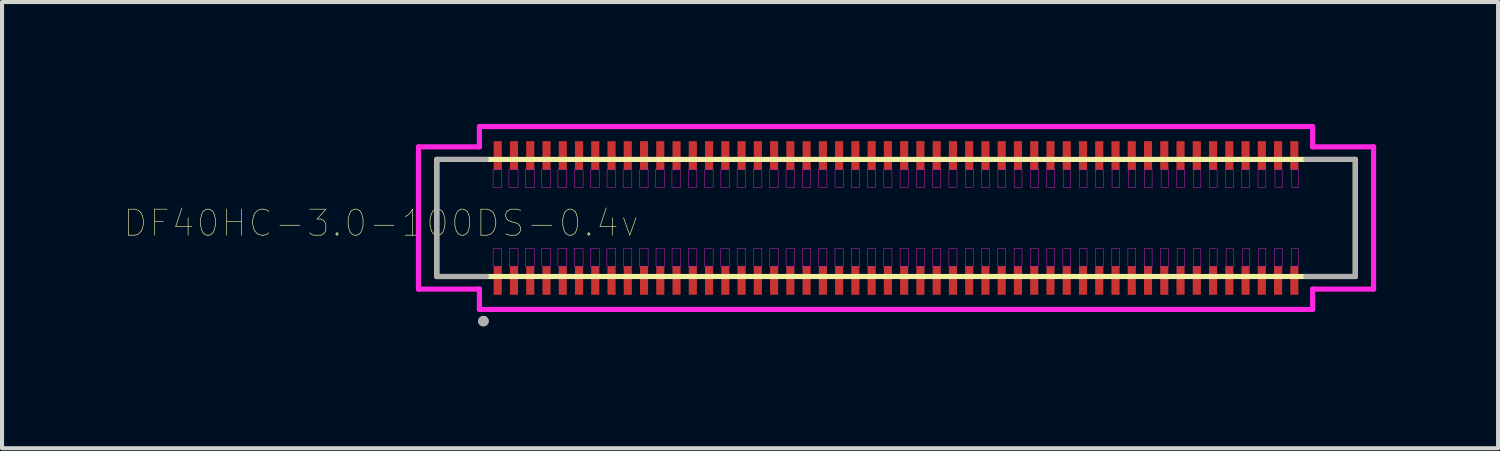
<source format=kicad_pcb>
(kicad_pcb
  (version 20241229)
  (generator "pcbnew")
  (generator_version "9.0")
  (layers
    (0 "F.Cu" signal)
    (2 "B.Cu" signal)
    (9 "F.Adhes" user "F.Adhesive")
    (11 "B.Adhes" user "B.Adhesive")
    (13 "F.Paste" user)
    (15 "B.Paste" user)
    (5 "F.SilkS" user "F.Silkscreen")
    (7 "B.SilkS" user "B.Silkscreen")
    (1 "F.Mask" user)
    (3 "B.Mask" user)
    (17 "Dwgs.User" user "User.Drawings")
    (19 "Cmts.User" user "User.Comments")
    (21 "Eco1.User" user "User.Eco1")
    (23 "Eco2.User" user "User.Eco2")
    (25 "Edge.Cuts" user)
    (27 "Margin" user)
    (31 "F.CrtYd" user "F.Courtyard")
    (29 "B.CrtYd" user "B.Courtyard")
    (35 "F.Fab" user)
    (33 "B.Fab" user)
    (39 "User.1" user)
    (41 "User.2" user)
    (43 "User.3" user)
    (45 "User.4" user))
  (footprint "DF40HC-3.0-100DS-0.4v"
    (layer "F.Cu")
    (at 18.996 2.313)
    (property "Reference" "DF40HC-3.0-100DS-0.4v" (at -12.671 0.128 180) (layer "F.SilkS") (effects (font (size 0.641 0.641) (thickness 0.015))))
    (attr through_hole)
    (fp_line (start -11.3 -1.44) (end 11.3 -1.44) (stroke (width 0.127) (type solid)) (layer "F.SilkS"))
    (fp_line (start -11.3 1.44) (end -11.3 -1.44) (stroke (width 0.127) (type solid)) (layer "F.SilkS"))
    (fp_line (start -10.149 2.535) (end -10.149 2.54) (stroke (width 0.25) (type solid)) (layer "F.SilkS"))
    (fp_line (start 11.3 -1.44) (end 11.3 1.44) (stroke (width 0.127) (type solid)) (layer "F.SilkS"))
    (fp_line (start 11.3 1.44) (end -11.3 1.44) (stroke (width 0.127) (type solid)) (layer "F.SilkS"))
    (fp_line (start -11.75 -1.75) (end -11.75 1.75) (stroke (width 0.127) (type solid)) (layer "F.CrtYd"))
    (fp_line (start -11.75 1.75) (end -10.25 1.75) (stroke (width 0.127) (type solid)) (layer "F.CrtYd"))
    (fp_line (start -10.25 -2.25) (end -10.25 -1.75) (stroke (width 0.127) (type solid)) (layer "F.CrtYd"))
    (fp_line (start -10.25 -1.75) (end -11.75 -1.75) (stroke (width 0.127) (type solid)) (layer "F.CrtYd"))
    (fp_line (start -10.25 1.75) (end -10.25 2.25) (stroke (width 0.127) (type solid)) (layer "F.CrtYd"))
    (fp_line (start -10.25 2.25) (end 10.25 2.25) (stroke (width 0.127) (type solid)) (layer "F.CrtYd"))
    (fp_line (start 10.25 -2.25) (end -10.25 -2.25) (stroke (width 0.127) (type solid)) (layer "F.CrtYd"))
    (fp_line (start 10.25 -1.75) (end 10.25 -2.25) (stroke (width 0.127) (type solid)) (layer "F.CrtYd"))
    (fp_line (start 10.25 1.75) (end 11.75 1.75) (stroke (width 0.127) (type solid)) (layer "F.CrtYd"))
    (fp_line (start 10.25 2.25) (end 10.25 1.75) (stroke (width 0.127) (type solid)) (layer "F.CrtYd"))
    (fp_line (start 11.75 -1.75) (end 10.25 -1.75) (stroke (width 0.127) (type solid)) (layer "F.CrtYd"))
    (fp_line (start 11.75 1.75) (end 11.75 -1.75) (stroke (width 0.127) (type solid)) (layer "F.CrtYd"))
    (fp_poly (pts (xy -9.914 -1.19) (xy -9.7 -1.19) (xy -9.7 -0.751) (xy -9.914 -0.751)) (stroke (width 0.01) (type solid)) (fill no) (layer "F.CrtYd"))
    (fp_poly (pts (xy -9.914 0.75) (xy -9.7 0.75) (xy -9.7 1.192) (xy -9.914 1.192)) (stroke (width 0.01) (type solid)) (fill no) (layer "F.CrtYd"))
    (fp_poly (pts (xy -9.525 -1.19) (xy -9.3 -1.19) (xy -9.3 -0.752) (xy -9.525 -0.752)) (stroke (width 0.01) (type solid)) (fill no) (layer "F.CrtYd"))
    (fp_poly (pts (xy -9.514 0.75) (xy -9.3 0.75) (xy -9.3 1.192) (xy -9.514 1.192)) (stroke (width 0.01) (type solid)) (fill no) (layer "F.CrtYd"))
    (fp_poly (pts (xy -9.124 -1.19) (xy -8.9 -1.19) (xy -8.9 -0.752) (xy -9.124 -0.752)) (stroke (width 0.01) (type solid)) (fill no) (layer "F.CrtYd"))
    (fp_poly (pts (xy -9.122 0.75) (xy -8.9 0.75) (xy -8.9 1.193) (xy -9.122 1.193)) (stroke (width 0.01) (type solid)) (fill no) (layer "F.CrtYd"))
    (fp_poly (pts (xy -8.719 -1.19) (xy -8.5 -1.19) (xy -8.5 -0.752) (xy -8.719 -0.752)) (stroke (width 0.01) (type solid)) (fill no) (layer "F.CrtYd"))
    (fp_poly (pts (xy -8.715 0.75) (xy -8.5 0.75) (xy -8.5 1.192) (xy -8.715 1.192)) (stroke (width 0.01) (type solid)) (fill no) (layer "F.CrtYd"))
    (fp_poly (pts (xy -8.319 0.75) (xy -8.1 0.75) (xy -8.1 1.193) (xy -8.319 1.193)) (stroke (width 0.01) (type solid)) (fill no) (layer "F.CrtYd"))
    (fp_poly (pts (xy -8.318 -1.19) (xy -8.1 -1.19) (xy -8.1 -0.752) (xy -8.318 -0.752)) (stroke (width 0.01) (type solid)) (fill no) (layer "F.CrtYd"))
    (fp_poly (pts (xy -7.919 0.75) (xy -7.7 0.75) (xy -7.7 1.193) (xy -7.919 1.193)) (stroke (width 0.01) (type solid)) (fill no) (layer "F.CrtYd"))
    (fp_poly (pts (xy -7.912 -1.19) (xy -7.7 -1.19) (xy -7.7 -0.751) (xy -7.912 -0.751)) (stroke (width 0.01) (type solid)) (fill no) (layer "F.CrtYd"))
    (fp_poly (pts (xy -7.517 0.75) (xy -7.3 0.75) (xy -7.3 1.193) (xy -7.517 1.193)) (stroke (width 0.01) (type solid)) (fill no) (layer "F.CrtYd"))
    (fp_poly (pts (xy -7.512 -1.19) (xy -7.3 -1.19) (xy -7.3 -0.751) (xy -7.512 -0.751)) (stroke (width 0.01) (type solid)) (fill no) (layer "F.CrtYd"))
    (fp_poly (pts (xy -7.114 0.75) (xy -6.9 0.75) (xy -6.9 1.192) (xy -7.114 1.192)) (stroke (width 0.01) (type solid)) (fill no) (layer "F.CrtYd"))
    (fp_poly (pts (xy -7.11 -1.19) (xy -6.9 -1.19) (xy -6.9 -0.751) (xy -7.11 -0.751)) (stroke (width 0.01) (type solid)) (fill no) (layer "F.CrtYd"))
    (fp_poly (pts (xy -6.715 -1.19) (xy -6.5 -1.19) (xy -6.5 -0.752) (xy -6.715 -0.752)) (stroke (width 0.01) (type solid)) (fill no) (layer "F.CrtYd"))
    (fp_poly (pts (xy -6.706 0.75) (xy -6.5 0.75) (xy -6.5 1.191) (xy -6.706 1.191)) (stroke (width 0.01) (type solid)) (fill no) (layer "F.CrtYd"))
    (fp_poly (pts (xy -6.319 0.75) (xy -6.1 0.75) (xy -6.1 1.194) (xy -6.319 1.194)) (stroke (width 0.01) (type solid)) (fill no) (layer "F.CrtYd"))
    (fp_poly (pts (xy -6.31 -1.19) (xy -6.1 -1.19) (xy -6.1 -0.751) (xy -6.31 -0.751)) (stroke (width 0.01) (type solid)) (fill no) (layer "F.CrtYd"))
    (fp_poly (pts (xy -5.918 -1.19) (xy -5.7 -1.19) (xy -5.7 -0.752) (xy -5.918 -0.752)) (stroke (width 0.01) (type solid)) (fill no) (layer "F.CrtYd"))
    (fp_poly (pts (xy -5.905 0.75) (xy -5.7 0.75) (xy -5.7 1.191) (xy -5.905 1.191)) (stroke (width 0.01) (type solid)) (fill no) (layer "F.CrtYd"))
    (fp_poly (pts (xy -5.513 -1.19) (xy -5.3 -1.19) (xy -5.3 -0.752) (xy -5.513 -0.752)) (stroke (width 0.01) (type solid)) (fill no) (layer "F.CrtYd"))
    (fp_poly (pts (xy -5.511 0.75) (xy -5.3 0.75) (xy -5.3 1.192) (xy -5.511 1.192)) (stroke (width 0.01) (type solid)) (fill no) (layer "F.CrtYd"))
    (fp_poly (pts (xy -5.11 0.75) (xy -4.9 0.75) (xy -4.9 1.192) (xy -5.11 1.192)) (stroke (width 0.01) (type solid)) (fill no) (layer "F.CrtYd"))
    (fp_poly (pts (xy -5.105 -1.19) (xy -4.9 -1.19) (xy -4.9 -0.751) (xy -5.105 -0.751)) (stroke (width 0.01) (type solid)) (fill no) (layer "F.CrtYd"))
    (fp_poly (pts (xy -4.709 0.75) (xy -4.5 0.75) (xy -4.5 1.192) (xy -4.709 1.192)) (stroke (width 0.01) (type solid)) (fill no) (layer "F.CrtYd"))
    (fp_poly (pts (xy -4.705 -1.19) (xy -4.5 -1.19) (xy -4.5 -0.751) (xy -4.705 -0.751)) (stroke (width 0.01) (type solid)) (fill no) (layer "F.CrtYd"))
    (fp_poly (pts (xy -4.313 0.75) (xy -4.1 0.75) (xy -4.1 1.194) (xy -4.313 1.194)) (stroke (width 0.01) (type solid)) (fill no) (layer "F.CrtYd"))
    (fp_poly (pts (xy -4.31 -1.19) (xy -4.1 -1.19) (xy -4.1 -0.752) (xy -4.31 -0.752)) (stroke (width 0.01) (type solid)) (fill no) (layer "F.CrtYd"))
    (fp_poly (pts (xy -3.91 -1.19) (xy -3.7 -1.19) (xy -3.7 -0.752) (xy -3.91 -0.752)) (stroke (width 0.01) (type solid)) (fill no) (layer "F.CrtYd"))
    (fp_poly (pts (xy -3.909 0.75) (xy -3.7 0.75) (xy -3.7 1.193) (xy -3.909 1.193)) (stroke (width 0.01) (type solid)) (fill no) (layer "F.CrtYd"))
    (fp_poly (pts (xy -3.508 -1.19) (xy -3.3 -1.19) (xy -3.3 -0.752) (xy -3.508 -0.752)) (stroke (width 0.01) (type solid)) (fill no) (layer "F.CrtYd"))
    (fp_poly (pts (xy -3.505 0.75) (xy -3.3 0.75) (xy -3.3 1.192) (xy -3.505 1.192)) (stroke (width 0.01) (type solid)) (fill no) (layer "F.CrtYd"))
    (fp_poly (pts (xy -3.108 -1.19) (xy -2.9 -1.19) (xy -2.9 -0.752) (xy -3.108 -0.752)) (stroke (width 0.01) (type solid)) (fill no) (layer "F.CrtYd"))
    (fp_poly (pts (xy -3.107 0.75) (xy -2.9 0.75) (xy -2.9 1.193) (xy -3.107 1.193)) (stroke (width 0.01) (type solid)) (fill no) (layer "F.CrtYd"))
    (fp_poly (pts (xy -2.706 0.75) (xy -2.5 0.75) (xy -2.5 1.193) (xy -2.706 1.193)) (stroke (width 0.01) (type solid)) (fill no) (layer "F.CrtYd"))
    (fp_poly (pts (xy -2.706 -1.19) (xy -2.5 -1.19) (xy -2.5 -0.752) (xy -2.706 -0.752)) (stroke (width 0.01) (type solid)) (fill no) (layer "F.CrtYd"))
    (fp_poly (pts (xy -2.307 0.75) (xy -2.1 0.75) (xy -2.1 1.194) (xy -2.307 1.194)) (stroke (width 0.01) (type solid)) (fill no) (layer "F.CrtYd"))
    (fp_poly (pts (xy -2.306 -1.19) (xy -2.1 -1.19) (xy -2.1 -0.752) (xy -2.306 -0.752)) (stroke (width 0.01) (type solid)) (fill no) (layer "F.CrtYd"))
    (fp_poly (pts (xy -1.905 -1.19) (xy -1.7 -1.19) (xy -1.7 -0.752) (xy -1.905 -0.752)) (stroke (width 0.01) (type solid)) (fill no) (layer "F.CrtYd"))
    (fp_poly (pts (xy -1.903 0.75) (xy -1.7 0.75) (xy -1.7 1.192) (xy -1.903 1.192)) (stroke (width 0.01) (type solid)) (fill no) (layer "F.CrtYd"))
    (fp_poly (pts (xy -1.503 0.75) (xy -1.3 0.75) (xy -1.3 1.192) (xy -1.503 1.192)) (stroke (width 0.01) (type solid)) (fill no) (layer "F.CrtYd"))
    (fp_poly (pts (xy -1.502 -1.19) (xy -1.3 -1.19) (xy -1.3 -0.751) (xy -1.502 -0.751)) (stroke (width 0.01) (type solid)) (fill no) (layer "F.CrtYd"))
    (fp_poly (pts (xy -1.103 -1.19) (xy -0.9 -1.19) (xy -0.9 -0.752) (xy -1.103 -0.752)) (stroke (width 0.01) (type solid)) (fill no) (layer "F.CrtYd"))
    (fp_poly (pts (xy -1.103 0.75) (xy -0.9 0.75) (xy -0.9 1.193) (xy -1.103 1.193)) (stroke (width 0.01) (type solid)) (fill no) (layer "F.CrtYd"))
    (fp_poly (pts (xy -0.702 -1.19) (xy -0.5 -1.19) (xy -0.5 -0.752) (xy -0.702 -0.752)) (stroke (width 0.01) (type solid)) (fill no) (layer "F.CrtYd"))
    (fp_poly (pts (xy -0.7 0.75) (xy -0.5 0.75) (xy -0.5 1.19) (xy -0.7 1.19)) (stroke (width 0.01) (type solid)) (fill no) (layer "F.CrtYd"))
    (fp_poly (pts (xy -0.301 -1.19) (xy -0.1 -1.19) (xy -0.1 -0.752) (xy -0.301 -0.752)) (stroke (width 0.01) (type solid)) (fill no) (layer "F.CrtYd"))
    (fp_poly (pts (xy -0.3 0.75) (xy -0.1 0.75) (xy -0.1 1.191) (xy -0.3 1.191)) (stroke (width 0.01) (type solid)) (fill no) (layer "F.CrtYd"))
    (fp_poly (pts (xy 0.1 -1.19) (xy 0.3 -1.19) (xy 0.3 -0.751) (xy 0.1 -0.751)) (stroke (width 0.01) (type solid)) (fill no) (layer "F.CrtYd"))
    (fp_poly (pts (xy 0.1 0.75) (xy 0.3 0.75) (xy 0.3 1.193) (xy 0.1 1.193)) (stroke (width 0.01) (type solid)) (fill no) (layer "F.CrtYd"))
    (fp_poly (pts (xy 0.501 -1.19) (xy 0.7 -1.19) (xy 0.7 -0.751) (xy 0.501 -0.751)) (stroke (width 0.01) (type solid)) (fill no) (layer "F.CrtYd"))
    (fp_poly (pts (xy 0.501 0.75) (xy 0.7 0.75) (xy 0.7 1.193) (xy 0.501 1.193)) (stroke (width 0.01) (type solid)) (fill no) (layer "F.CrtYd"))
    (fp_poly (pts (xy 0.9 -1.19) (xy 1.1 -1.19) (xy 1.1 -0.75) (xy 0.9 -0.75)) (stroke (width 0.01) (type solid)) (fill no) (layer "F.CrtYd"))
    (fp_poly (pts (xy 0.901 0.75) (xy 1.1 0.75) (xy 1.1 1.191) (xy 0.901 1.191)) (stroke (width 0.01) (type solid)) (fill no) (layer "F.CrtYd"))
    (fp_poly (pts (xy 1.301 -1.19) (xy 1.5 -1.19) (xy 1.5 -0.751) (xy 1.301 -0.751)) (stroke (width 0.01) (type solid)) (fill no) (layer "F.CrtYd"))
    (fp_poly (pts (xy 1.301 0.75) (xy 1.5 0.75) (xy 1.5 1.191) (xy 1.301 1.191)) (stroke (width 0.01) (type solid)) (fill no) (layer "F.CrtYd"))
    (fp_poly (pts (xy 1.703 0.75) (xy 1.9 0.75) (xy 1.9 1.192) (xy 1.703 1.192)) (stroke (width 0.01) (type solid)) (fill no) (layer "F.CrtYd"))
    (fp_poly (pts (xy 1.704 -1.19) (xy 1.9 -1.19) (xy 1.9 -0.752) (xy 1.704 -0.752)) (stroke (width 0.01) (type solid)) (fill no) (layer "F.CrtYd"))
    (fp_poly (pts (xy 2.103 -1.19) (xy 2.3 -1.19) (xy 2.3 -0.751) (xy 2.103 -0.751)) (stroke (width 0.01) (type solid)) (fill no) (layer "F.CrtYd"))
    (fp_poly (pts (xy 2.104 0.75) (xy 2.3 0.75) (xy 2.3 1.192) (xy 2.104 1.192)) (stroke (width 0.01) (type solid)) (fill no) (layer "F.CrtYd"))
    (fp_poly (pts (xy 2.503 0.75) (xy 2.7 0.75) (xy 2.7 1.191) (xy 2.503 1.191)) (stroke (width 0.01) (type solid)) (fill no) (layer "F.CrtYd"))
    (fp_poly (pts (xy 2.507 -1.19) (xy 2.7 -1.19) (xy 2.7 -0.752) (xy 2.507 -0.752)) (stroke (width 0.01) (type solid)) (fill no) (layer "F.CrtYd"))
    (fp_poly (pts (xy 2.905 0.75) (xy 3.1 0.75) (xy 3.1 1.192) (xy 2.905 1.192)) (stroke (width 0.01) (type solid)) (fill no) (layer "F.CrtYd"))
    (fp_poly (pts (xy 2.906 -1.19) (xy 3.1 -1.19) (xy 3.1 -0.752) (xy 2.906 -0.752)) (stroke (width 0.01) (type solid)) (fill no) (layer "F.CrtYd"))
    (fp_poly (pts (xy 3.306 0.75) (xy 3.5 0.75) (xy 3.5 1.192) (xy 3.306 1.192)) (stroke (width 0.01) (type solid)) (fill no) (layer "F.CrtYd"))
    (fp_poly (pts (xy 3.307 -1.19) (xy 3.5 -1.19) (xy 3.5 -0.752) (xy 3.307 -0.752)) (stroke (width 0.01) (type solid)) (fill no) (layer "F.CrtYd"))
    (fp_poly (pts (xy 3.708 -1.19) (xy 3.9 -1.19) (xy 3.9 -0.752) (xy 3.708 -0.752)) (stroke (width 0.01) (type solid)) (fill no) (layer "F.CrtYd"))
    (fp_poly (pts (xy 3.711 0.75) (xy 3.9 0.75) (xy 3.9 1.193) (xy 3.711 1.193)) (stroke (width 0.01) (type solid)) (fill no) (layer "F.CrtYd"))
    (fp_poly (pts (xy 4.105 0.75) (xy 4.3 0.75) (xy 4.3 1.191) (xy 4.105 1.191)) (stroke (width 0.01) (type solid)) (fill no) (layer "F.CrtYd"))
    (fp_poly (pts (xy 4.112 -1.19) (xy 4.3 -1.19) (xy 4.3 -0.752) (xy 4.112 -0.752)) (stroke (width 0.01) (type solid)) (fill no) (layer "F.CrtYd"))
    (fp_poly (pts (xy 4.508 0.75) (xy 4.7 0.75) (xy 4.7 1.192) (xy 4.508 1.192)) (stroke (width 0.01) (type solid)) (fill no) (layer "F.CrtYd"))
    (fp_poly (pts (xy 4.514 -1.19) (xy 4.7 -1.19) (xy 4.7 -0.752) (xy 4.514 -0.752)) (stroke (width 0.01) (type solid)) (fill no) (layer "F.CrtYd"))
    (fp_poly (pts (xy 4.908 -1.19) (xy 5.1 -1.19) (xy 5.1 -0.751) (xy 4.908 -0.751)) (stroke (width 0.01) (type solid)) (fill no) (layer "F.CrtYd"))
    (fp_poly (pts (xy 4.909 0.75) (xy 5.1 0.75) (xy 5.1 1.192) (xy 4.909 1.192)) (stroke (width 0.01) (type solid)) (fill no) (layer "F.CrtYd"))
    (fp_poly (pts (xy 5.31 0.75) (xy 5.5 0.75) (xy 5.5 1.192) (xy 5.31 1.192)) (stroke (width 0.01) (type solid)) (fill no) (layer "F.CrtYd"))
    (fp_poly (pts (xy 5.315 -1.19) (xy 5.5 -1.19) (xy 5.5 -0.752) (xy 5.315 -0.752)) (stroke (width 0.01) (type solid)) (fill no) (layer "F.CrtYd"))
    (fp_poly (pts (xy 5.705 0.75) (xy 5.9 0.75) (xy 5.9 1.191) (xy 5.705 1.191)) (stroke (width 0.01) (type solid)) (fill no) (layer "F.CrtYd"))
    (fp_poly (pts (xy 5.714 -1.19) (xy 5.9 -1.19) (xy 5.9 -0.752) (xy 5.714 -0.752)) (stroke (width 0.01) (type solid)) (fill no) (layer "F.CrtYd"))
    (fp_poly (pts (xy 6.108 -1.19) (xy 6.3 -1.19) (xy 6.3 -0.751) (xy 6.108 -0.751)) (stroke (width 0.01) (type solid)) (fill no) (layer "F.CrtYd"))
    (fp_poly (pts (xy 6.11 0.75) (xy 6.3 0.75) (xy 6.3 1.192) (xy 6.11 1.192)) (stroke (width 0.01) (type solid)) (fill no) (layer "F.CrtYd"))
    (fp_poly (pts (xy 6.506 0.75) (xy 6.7 0.75) (xy 6.7 1.191) (xy 6.506 1.191)) (stroke (width 0.01) (type solid)) (fill no) (layer "F.CrtYd"))
    (fp_poly (pts (xy 6.522 -1.19) (xy 6.7 -1.19) (xy 6.7 -0.753) (xy 6.522 -0.753)) (stroke (width 0.01) (type solid)) (fill no) (layer "F.CrtYd"))
    (fp_poly (pts (xy 6.909 -1.19) (xy 7.1 -1.19) (xy 7.1 -0.751) (xy 6.909 -0.751)) (stroke (width 0.01) (type solid)) (fill no) (layer "F.CrtYd"))
    (fp_poly (pts (xy 6.917 0.75) (xy 7.1 0.75) (xy 7.1 1.193) (xy 6.917 1.193)) (stroke (width 0.01) (type solid)) (fill no) (layer "F.CrtYd"))
    (fp_poly (pts (xy 7.312 -1.19) (xy 7.5 -1.19) (xy 7.5 -0.751) (xy 7.312 -0.751)) (stroke (width 0.01) (type solid)) (fill no) (layer "F.CrtYd"))
    (fp_poly (pts (xy 7.312 0.75) (xy 7.5 0.75) (xy 7.5 1.192) (xy 7.312 1.192)) (stroke (width 0.01) (type solid)) (fill no) (layer "F.CrtYd"))
    (fp_poly (pts (xy 7.714 -1.19) (xy 7.9 -1.19) (xy 7.9 -0.751) (xy 7.714 -0.751)) (stroke (width 0.01) (type solid)) (fill no) (layer "F.CrtYd"))
    (fp_poly (pts (xy 7.719 0.75) (xy 7.9 0.75) (xy 7.9 1.193) (xy 7.719 1.193)) (stroke (width 0.01) (type solid)) (fill no) (layer "F.CrtYd"))
    (fp_poly (pts (xy 8.11 -1.19) (xy 8.3 -1.19) (xy 8.3 -0.751) (xy 8.11 -0.751)) (stroke (width 0.01) (type solid)) (fill no) (layer "F.CrtYd"))
    (fp_poly (pts (xy 8.121 0.75) (xy 8.3 0.75) (xy 8.3 1.193) (xy 8.121 1.193)) (stroke (width 0.01) (type solid)) (fill no) (layer "F.CrtYd"))
    (fp_poly (pts (xy 8.508 -1.19) (xy 8.7 -1.19) (xy 8.7 -0.751) (xy 8.508 -0.751)) (stroke (width 0.01) (type solid)) (fill no) (layer "F.CrtYd"))
    (fp_poly (pts (xy 8.531 0.75) (xy 8.7 0.75) (xy 8.7 1.194) (xy 8.531 1.194)) (stroke (width 0.01) (type solid)) (fill no) (layer "F.CrtYd"))
    (fp_poly (pts (xy 8.907 -1.19) (xy 9.1 -1.19) (xy 9.1 -0.751) (xy 8.907 -0.751)) (stroke (width 0.01) (type solid)) (fill no) (layer "F.CrtYd"))
    (fp_poly (pts (xy 8.917 0.75) (xy 9.1 0.75) (xy 9.1 1.192) (xy 8.917 1.192)) (stroke (width 0.01) (type solid)) (fill no) (layer "F.CrtYd"))
    (fp_poly (pts (xy 9.305 0.75) (xy 9.5 0.75) (xy 9.5 1.191) (xy 9.305 1.191)) (stroke (width 0.01) (type solid)) (fill no) (layer "F.CrtYd"))
    (fp_poly (pts (xy 9.323 -1.19) (xy 9.5 -1.19) (xy 9.5 -0.752) (xy 9.323 -0.752)) (stroke (width 0.01) (type solid)) (fill no) (layer "F.CrtYd"))
    (fp_poly (pts (xy 9.73 0.75) (xy 9.9 0.75) (xy 9.9 1.194) (xy 9.73 1.194)) (stroke (width 0.01) (type solid)) (fill no) (layer "F.CrtYd"))
    (fp_poly (pts (xy 9.734 -1.19) (xy 9.9 -1.19) (xy 9.9 -0.753) (xy 9.734 -0.753)) (stroke (width 0.01) (type solid)) (fill no) (layer "F.CrtYd"))
    (fp_line (start -11.3 -1.44) (end -10.08 -1.44) (stroke (width 0.127) (type solid)) (layer "F.Fab"))
    (fp_line (start -11.3 1.44) (end -11.3 -1.44) (stroke (width 0.127) (type solid)) (layer "F.Fab"))
    (fp_line (start -10.16 2.54) (end -10.149 2.54) (stroke (width 0.25) (type solid)) (layer "F.Fab"))
    (fp_line (start -10.08 1.44) (end -11.3 1.44) (stroke (width 0.127) (type solid)) (layer "F.Fab"))
    (fp_line (start 10.08 -1.44) (end 11.3 -1.44) (stroke (width 0.127) (type solid)) (layer "F.Fab"))
    (fp_line (start 11.3 -1.44) (end 11.3 1.44) (stroke (width 0.127) (type solid)) (layer "F.Fab"))
    (fp_line (start 11.3 1.44) (end 10.08 1.44) (stroke (width 0.127) (type solid)) (layer "F.Fab"))
    (pad "1" smd rect (at -9.8 1.54) (size 0.2 0.7) (layers "F.Cu" "F.Mask" "F.Paste"))
    (pad "2" smd rect (at -9.8 -1.54) (size 0.2 0.7) (layers "F.Cu" "F.Mask" "F.Paste"))
    (pad "3" smd rect (at -9.4 1.54) (size 0.2 0.7) (layers "F.Cu" "F.Mask" "F.Paste"))
    (pad "4" smd rect (at -9.4 -1.54) (size 0.2 0.7) (layers "F.Cu" "F.Mask" "F.Paste"))
    (pad "5" smd rect (at -9 1.54) (size 0.2 0.7) (layers "F.Cu" "F.Mask" "F.Paste"))
    (pad "6" smd rect (at -9 -1.54) (size 0.2 0.7) (layers "F.Cu" "F.Mask" "F.Paste"))
    (pad "7" smd rect (at -8.6 1.54) (size 0.2 0.7) (layers "F.Cu" "F.Mask" "F.Paste"))
    (pad "8" smd rect (at -8.6 -1.54) (size 0.2 0.7) (layers "F.Cu" "F.Mask" "F.Paste"))
    (pad "9" smd rect (at -8.2 1.54) (size 0.2 0.7) (layers "F.Cu" "F.Mask" "F.Paste"))
    (pad "10" smd rect (at -8.2 -1.54) (size 0.2 0.7) (layers "F.Cu" "F.Mask" "F.Paste"))
    (pad "11" smd rect (at -7.8 1.54) (size 0.2 0.7) (layers "F.Cu" "F.Mask" "F.Paste"))
    (pad "12" smd rect (at -7.8 -1.54) (size 0.2 0.7) (layers "F.Cu" "F.Mask" "F.Paste"))
    (pad "13" smd rect (at -7.4 1.54) (size 0.2 0.7) (layers "F.Cu" "F.Mask" "F.Paste"))
    (pad "14" smd rect (at -7.4 -1.54) (size 0.2 0.7) (layers "F.Cu" "F.Mask" "F.Paste"))
    (pad "15" smd rect (at -7 1.54) (size 0.2 0.7) (layers "F.Cu" "F.Mask" "F.Paste"))
    (pad "16" smd rect (at -7 -1.54) (size 0.2 0.7) (layers "F.Cu" "F.Mask" "F.Paste"))
    (pad "17" smd rect (at -6.6 1.54) (size 0.2 0.7) (layers "F.Cu" "F.Mask" "F.Paste"))
    (pad "18" smd rect (at -6.6 -1.54) (size 0.2 0.7) (layers "F.Cu" "F.Mask" "F.Paste"))
    (pad "19" smd rect (at -6.2 1.54) (size 0.2 0.7) (layers "F.Cu" "F.Mask" "F.Paste"))
    (pad "20" smd rect (at -6.2 -1.54) (size 0.2 0.7) (layers "F.Cu" "F.Mask" "F.Paste"))
    (pad "21" smd rect (at -5.8 1.54) (size 0.2 0.7) (layers "F.Cu" "F.Mask" "F.Paste"))
    (pad "22" smd rect (at -5.8 -1.54) (size 0.2 0.7) (layers "F.Cu" "F.Mask" "F.Paste"))
    (pad "23" smd rect (at -5.4 1.54) (size 0.2 0.7) (layers "F.Cu" "F.Mask" "F.Paste"))
    (pad "24" smd rect (at -5.4 -1.54) (size 0.2 0.7) (layers "F.Cu" "F.Mask" "F.Paste"))
    (pad "25" smd rect (at -5 1.54) (size 0.2 0.7) (layers "F.Cu" "F.Mask" "F.Paste"))
    (pad "26" smd rect (at -5 -1.54) (size 0.2 0.7) (layers "F.Cu" "F.Mask" "F.Paste"))
    (pad "27" smd rect (at -4.6 1.54) (size 0.2 0.7) (layers "F.Cu" "F.Mask" "F.Paste"))
    (pad "28" smd rect (at -4.6 -1.54) (size 0.2 0.7) (layers "F.Cu" "F.Mask" "F.Paste"))
    (pad "29" smd rect (at -4.2 1.54) (size 0.2 0.7) (layers "F.Cu" "F.Mask" "F.Paste"))
    (pad "30" smd rect (at -4.2 -1.54) (size 0.2 0.7) (layers "F.Cu" "F.Mask" "F.Paste"))
    (pad "31" smd rect (at -3.8 1.54) (size 0.2 0.7) (layers "F.Cu" "F.Mask" "F.Paste"))
    (pad "32" smd rect (at -3.8 -1.54) (size 0.2 0.7) (layers "F.Cu" "F.Mask" "F.Paste"))
    (pad "33" smd rect (at -3.4 1.54) (size 0.2 0.7) (layers "F.Cu" "F.Mask" "F.Paste"))
    (pad "34" smd rect (at -3.4 -1.54) (size 0.2 0.7) (layers "F.Cu" "F.Mask" "F.Paste"))
    (pad "35" smd rect (at -3 1.54) (size 0.2 0.7) (layers "F.Cu" "F.Mask" "F.Paste"))
    (pad "36" smd rect (at -3 -1.54) (size 0.2 0.7) (layers "F.Cu" "F.Mask" "F.Paste"))
    (pad "37" smd rect (at -2.6 1.54) (size 0.2 0.7) (layers "F.Cu" "F.Mask" "F.Paste"))
    (pad "38" smd rect (at -2.6 -1.54) (size 0.2 0.7) (layers "F.Cu" "F.Mask" "F.Paste"))
    (pad "39" smd rect (at -2.2 1.54) (size 0.2 0.7) (layers "F.Cu" "F.Mask" "F.Paste"))
    (pad "40" smd rect (at -2.2 -1.54) (size 0.2 0.7) (layers "F.Cu" "F.Mask" "F.Paste"))
    (pad "41" smd rect (at -1.8 1.54) (size 0.2 0.7) (layers "F.Cu" "F.Mask" "F.Paste"))
    (pad "42" smd rect (at -1.8 -1.54) (size 0.2 0.7) (layers "F.Cu" "F.Mask" "F.Paste"))
    (pad "43" smd rect (at -1.4 1.54) (size 0.2 0.7) (layers "F.Cu" "F.Mask" "F.Paste"))
    (pad "44" smd rect (at -1.4 -1.54) (size 0.2 0.7) (layers "F.Cu" "F.Mask" "F.Paste"))
    (pad "45" smd rect (at -1 1.54) (size 0.2 0.7) (layers "F.Cu" "F.Mask" "F.Paste"))
    (pad "46" smd rect (at -1 -1.54) (size 0.2 0.7) (layers "F.Cu" "F.Mask" "F.Paste"))
    (pad "47" smd rect (at -0.6 1.54) (size 0.2 0.7) (layers "F.Cu" "F.Mask" "F.Paste"))
    (pad "48" smd rect (at -0.6 -1.54) (size 0.2 0.7) (layers "F.Cu" "F.Mask" "F.Paste"))
    (pad "49" smd rect (at -0.2 1.54) (size 0.2 0.7) (layers "F.Cu" "F.Mask" "F.Paste"))
    (pad "50" smd rect (at -0.2 -1.54) (size 0.2 0.7) (layers "F.Cu" "F.Mask" "F.Paste"))
    (pad "51" smd rect (at 0.2 1.54) (size 0.2 0.7) (layers "F.Cu" "F.Mask" "F.Paste"))
    (pad "52" smd rect (at 0.2 -1.54) (size 0.2 0.7) (layers "F.Cu" "F.Mask" "F.Paste"))
    (pad "53" smd rect (at 0.6 1.54) (size 0.2 0.7) (layers "F.Cu" "F.Mask" "F.Paste"))
    (pad "54" smd rect (at 0.6 -1.54) (size 0.2 0.7) (layers "F.Cu" "F.Mask" "F.Paste"))
    (pad "55" smd rect (at 1 1.54) (size 0.2 0.7) (layers "F.Cu" "F.Mask" "F.Paste"))
    (pad "56" smd rect (at 1 -1.54) (size 0.2 0.7) (layers "F.Cu" "F.Mask" "F.Paste"))
    (pad "57" smd rect (at 1.4 1.54) (size 0.2 0.7) (layers "F.Cu" "F.Mask" "F.Paste"))
    (pad "58" smd rect (at 1.4 -1.54) (size 0.2 0.7) (layers "F.Cu" "F.Mask" "F.Paste"))
    (pad "59" smd rect (at 1.8 1.54) (size 0.2 0.7) (layers "F.Cu" "F.Mask" "F.Paste"))
    (pad "60" smd rect (at 1.8 -1.54) (size 0.2 0.7) (layers "F.Cu" "F.Mask" "F.Paste"))
    (pad "61" smd rect (at 2.2 1.54) (size 0.2 0.7) (layers "F.Cu" "F.Mask" "F.Paste"))
    (pad "62" smd rect (at 2.2 -1.54) (size 0.2 0.7) (layers "F.Cu" "F.Mask" "F.Paste"))
    (pad "63" smd rect (at 2.6 1.54) (size 0.2 0.7) (layers "F.Cu" "F.Mask" "F.Paste"))
    (pad "64" smd rect (at 2.6 -1.54) (size 0.2 0.7) (layers "F.Cu" "F.Mask" "F.Paste"))
    (pad "65" smd rect (at 3 1.54) (size 0.2 0.7) (layers "F.Cu" "F.Mask" "F.Paste"))
    (pad "66" smd rect (at 3 -1.54) (size 0.2 0.7) (layers "F.Cu" "F.Mask" "F.Paste"))
    (pad "67" smd rect (at 3.4 1.54) (size 0.2 0.7) (layers "F.Cu" "F.Mask" "F.Paste"))
    (pad "68" smd rect (at 3.4 -1.54) (size 0.2 0.7) (layers "F.Cu" "F.Mask" "F.Paste"))
    (pad "69" smd rect (at 3.8 1.54) (size 0.2 0.7) (layers "F.Cu" "F.Mask" "F.Paste"))
    (pad "70" smd rect (at 3.8 -1.54) (size 0.2 0.7) (layers "F.Cu" "F.Mask" "F.Paste"))
    (pad "71" smd rect (at 4.2 1.54) (size 0.2 0.7) (layers "F.Cu" "F.Mask" "F.Paste"))
    (pad "72" smd rect (at 4.2 -1.54) (size 0.2 0.7) (layers "F.Cu" "F.Mask" "F.Paste"))
    (pad "73" smd rect (at 4.6 1.54) (size 0.2 0.7) (layers "F.Cu" "F.Mask" "F.Paste"))
    (pad "74" smd rect (at 4.6 -1.54) (size 0.2 0.7) (layers "F.Cu" "F.Mask" "F.Paste"))
    (pad "75" smd rect (at 5 1.54) (size 0.2 0.7) (layers "F.Cu" "F.Mask" "F.Paste"))
    (pad "76" smd rect (at 5 -1.54) (size 0.2 0.7) (layers "F.Cu" "F.Mask" "F.Paste"))
    (pad "77" smd rect (at 5.4 1.54) (size 0.2 0.7) (layers "F.Cu" "F.Mask" "F.Paste"))
    (pad "78" smd rect (at 5.4 -1.54) (size 0.2 0.7) (layers "F.Cu" "F.Mask" "F.Paste"))
    (pad "79" smd rect (at 5.8 1.54) (size 0.2 0.7) (layers "F.Cu" "F.Mask" "F.Paste"))
    (pad "80" smd rect (at 5.8 -1.54) (size 0.2 0.7) (layers "F.Cu" "F.Mask" "F.Paste"))
    (pad "81" smd rect (at 6.2 1.54) (size 0.2 0.7) (layers "F.Cu" "F.Mask" "F.Paste"))
    (pad "82" smd rect (at 6.2 -1.54) (size 0.2 0.7) (layers "F.Cu" "F.Mask" "F.Paste"))
    (pad "83" smd rect (at 6.6 1.54) (size 0.2 0.7) (layers "F.Cu" "F.Mask" "F.Paste"))
    (pad "84" smd rect (at 6.6 -1.54) (size 0.2 0.7) (layers "F.Cu" "F.Mask" "F.Paste"))
    (pad "85" smd rect (at 7 1.54) (size 0.2 0.7) (layers "F.Cu" "F.Mask" "F.Paste"))
    (pad "86" smd rect (at 7 -1.54) (size 0.2 0.7) (layers "F.Cu" "F.Mask" "F.Paste"))
    (pad "87" smd rect (at 7.4 1.54) (size 0.2 0.7) (layers "F.Cu" "F.Mask" "F.Paste"))
    (pad "88" smd rect (at 7.4 -1.54) (size 0.2 0.7) (layers "F.Cu" "F.Mask" "F.Paste"))
    (pad "89" smd rect (at 7.8 1.54) (size 0.2 0.7) (layers "F.Cu" "F.Mask" "F.Paste"))
    (pad "90" smd rect (at 7.8 -1.54) (size 0.2 0.7) (layers "F.Cu" "F.Mask" "F.Paste"))
    (pad "91" smd rect (at 8.2 1.54) (size 0.2 0.7) (layers "F.Cu" "F.Mask" "F.Paste"))
    (pad "92" smd rect (at 8.2 -1.54) (size 0.2 0.7) (layers "F.Cu" "F.Mask" "F.Paste"))
    (pad "93" smd rect (at 8.6 1.54) (size 0.2 0.7) (layers "F.Cu" "F.Mask" "F.Paste"))
    (pad "94" smd rect (at 8.6 -1.54) (size 0.2 0.7) (layers "F.Cu" "F.Mask" "F.Paste"))
    (pad "95" smd rect (at 9 1.54) (size 0.2 0.7) (layers "F.Cu" "F.Mask" "F.Paste"))
    (pad "96" smd rect (at 9 -1.54) (size 0.2 0.7) (layers "F.Cu" "F.Mask" "F.Paste"))
    (pad "97" smd rect (at 9.4 1.54) (size 0.2 0.7) (layers "F.Cu" "F.Mask" "F.Paste"))
    (pad "98" smd rect (at 9.4 -1.54) (size 0.2 0.7) (layers "F.Cu" "F.Mask" "F.Paste"))
    (pad "99" smd rect (at 9.8 1.54) (size 0.2 0.7) (layers "F.Cu" "F.Mask" "F.Paste"))
    (pad "100" smd rect (at 9.8 -1.54) (size 0.2 0.7) (layers "F.Cu" "F.Mask" "F.Paste")))
  (gr_rect
    (start -3 -3)
    (end 33.809 7.979)
    (stroke (width 0.1) (type default))
    (fill no)
    (layer "Edge.Cuts")))
</source>
